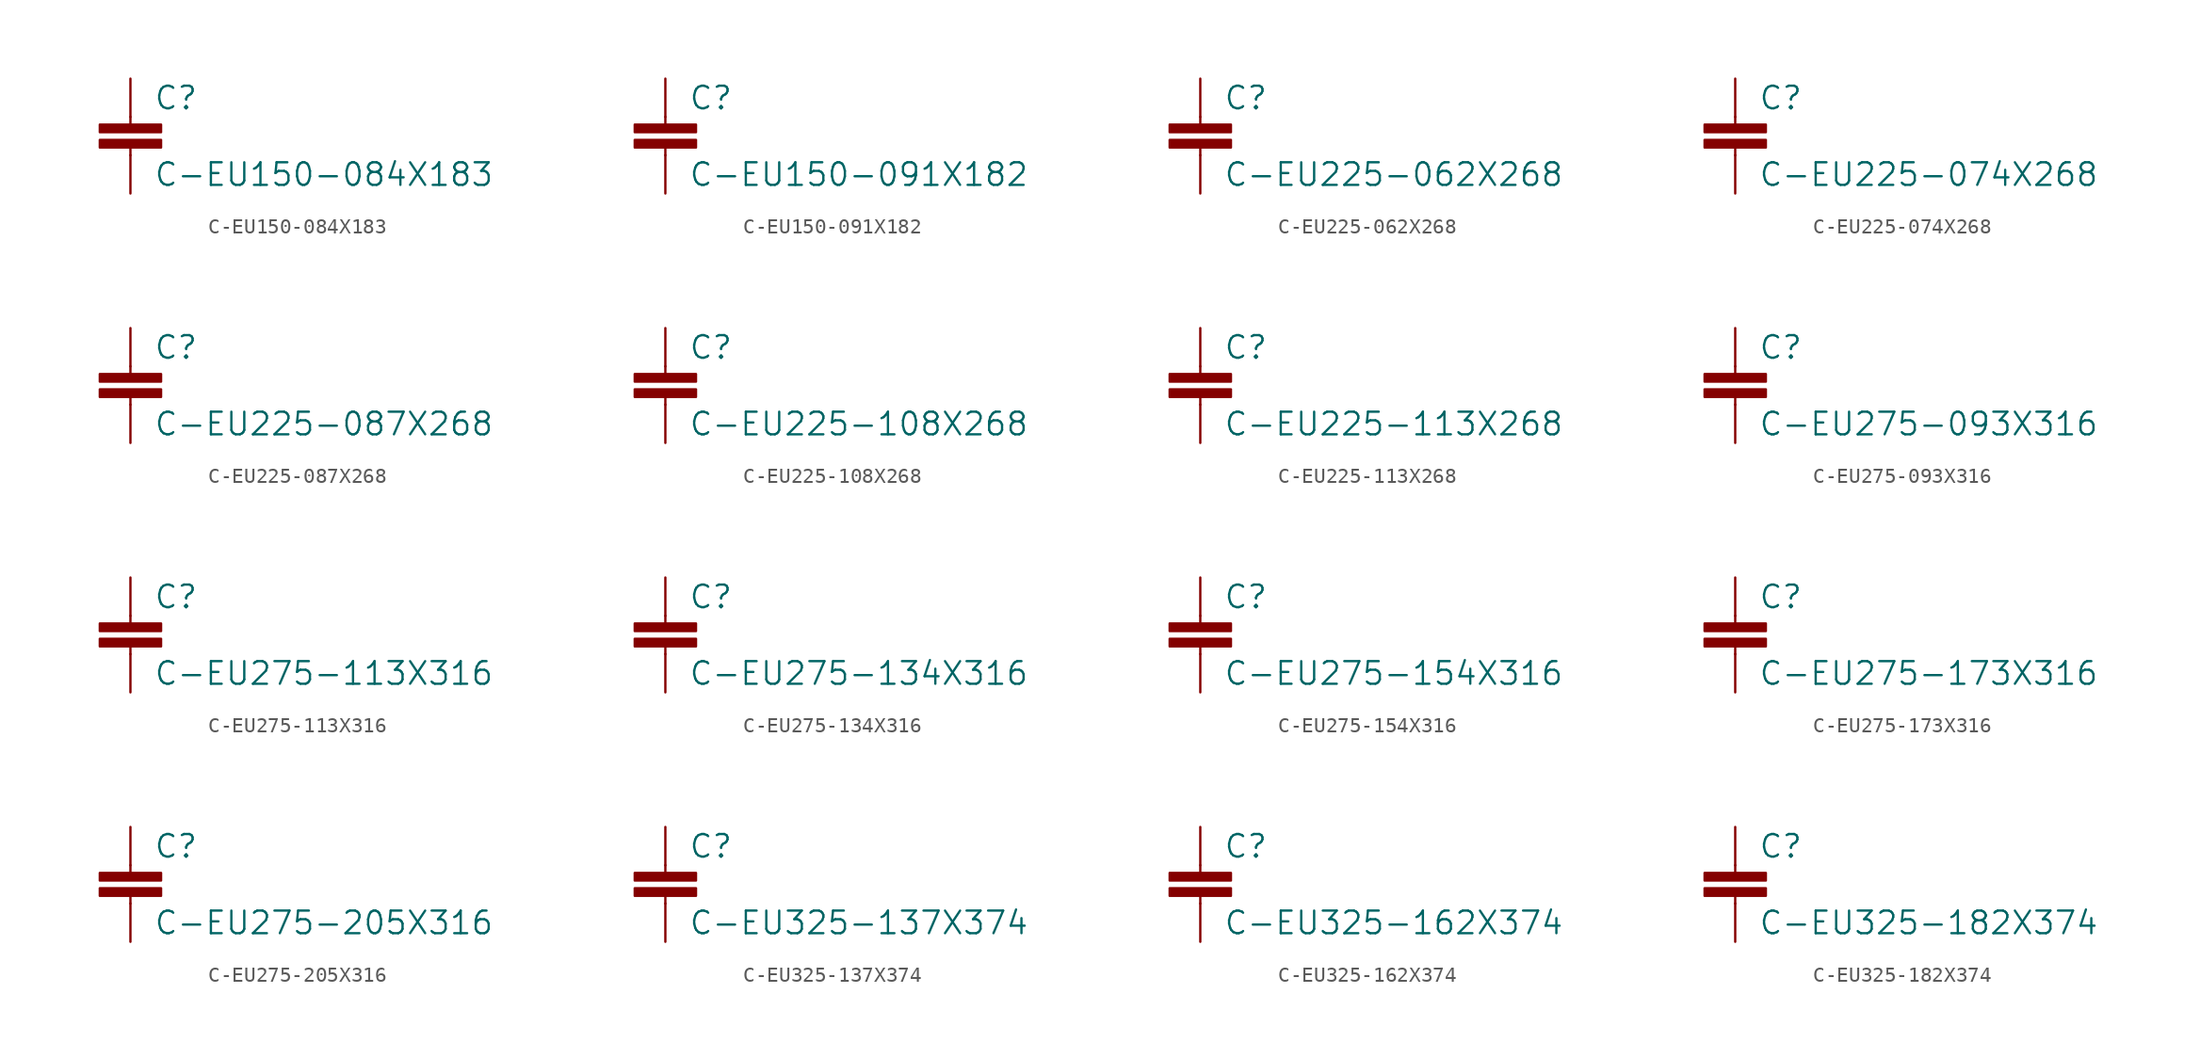
<source format=kicad_sym>
(kicad_symbol_lib
  (version 20211014)
  (generator kicad_symbol_editor)
  (symbol "C-EU150-084X183"
    (pin_names
      (offset 1.016))
    (property "Reference" "C"
      (at 1.524 0.381 0)
      (effects (font (size 1.499 1.499)) (justify left bottom)))
    (property "Value" "C-EU150-084X183"
      (at 1.524 -4.699 0)
      (effects (font (size 1.499 1.499)) (justify left bottom)))
    (property "ki_locked" ""
      (at 0 0 0)
      (effects (font (size 1.27 1.27))))
    (symbol "C-EU150-084X183_1_0"
      (rectangle (start -2.032 -2.032) (end 2.032 -1.524) (stroke (width 0) (type default) (color 0 0 0 0)) (fill (type outline)))
      (rectangle (start -2.032 -1.016) (end 2.032 -0.508) (stroke (width 0) (type default) (color 0 0 0 0)) (fill (type outline)))
      (polyline (pts (xy 0 -2.54) (xy 0 -2.032)) (stroke (width 0) (type default) (color 0 0 0 0)) (fill (type none)))
      (polyline (pts (xy 0 0) (xy 0 -0.508)) (stroke (width 0) (type default) (color 0 0 0 0)) (fill (type none)))
      (pin passive line (at 0 2.54 270) (length 2.54) (name "1" (effects (font (size 0 0)))) (number "1" (effects (font (size 0 0)))))
      (pin passive line (at 0 -5.08 90) (length 2.54) (name "2" (effects (font (size 0 0)))) (number "2" (effects (font (size 0 0)))))))
  (symbol "C-EU150-091X182"
    (pin_names
      (offset 1.016))
    (property "Reference" "C"
      (at 1.524 0.381 0)
      (effects (font (size 1.499 1.499)) (justify left bottom)))
    (property "Value" "C-EU150-091X182"
      (at 1.524 -4.699 0)
      (effects (font (size 1.499 1.499)) (justify left bottom)))
    (property "ki_locked" ""
      (at 0 0 0)
      (effects (font (size 1.27 1.27))))
    (symbol "C-EU150-091X182_1_0"
      (rectangle (start -2.032 -2.032) (end 2.032 -1.524) (stroke (width 0) (type default) (color 0 0 0 0)) (fill (type outline)))
      (rectangle (start -2.032 -1.016) (end 2.032 -0.508) (stroke (width 0) (type default) (color 0 0 0 0)) (fill (type outline)))
      (polyline (pts (xy 0 -2.54) (xy 0 -2.032)) (stroke (width 0) (type default) (color 0 0 0 0)) (fill (type none)))
      (polyline (pts (xy 0 0) (xy 0 -0.508)) (stroke (width 0) (type default) (color 0 0 0 0)) (fill (type none)))
      (pin passive line (at 0 2.54 270) (length 2.54) (name "1" (effects (font (size 0 0)))) (number "1" (effects (font (size 0 0)))))
      (pin passive line (at 0 -5.08 90) (length 2.54) (name "2" (effects (font (size 0 0)))) (number "2" (effects (font (size 0 0)))))))
  (symbol "C-EU225-062X268"
    (pin_names
      (offset 1.016))
    (property "Reference" "C"
      (at 1.524 0.381 0)
      (effects (font (size 1.499 1.499)) (justify left bottom)))
    (property "Value" "C-EU225-062X268"
      (at 1.524 -4.699 0)
      (effects (font (size 1.499 1.499)) (justify left bottom)))
    (property "ki_locked" ""
      (at 0 0 0)
      (effects (font (size 1.27 1.27))))
    (symbol "C-EU225-062X268_1_0"
      (rectangle (start -2.032 -2.032) (end 2.032 -1.524) (stroke (width 0) (type default) (color 0 0 0 0)) (fill (type outline)))
      (rectangle (start -2.032 -1.016) (end 2.032 -0.508) (stroke (width 0) (type default) (color 0 0 0 0)) (fill (type outline)))
      (polyline (pts (xy 0 -2.54) (xy 0 -2.032)) (stroke (width 0) (type default) (color 0 0 0 0)) (fill (type none)))
      (polyline (pts (xy 0 0) (xy 0 -0.508)) (stroke (width 0) (type default) (color 0 0 0 0)) (fill (type none)))
      (pin passive line (at 0 2.54 270) (length 2.54) (name "1" (effects (font (size 0 0)))) (number "1" (effects (font (size 0 0)))))
      (pin passive line (at 0 -5.08 90) (length 2.54) (name "2" (effects (font (size 0 0)))) (number "2" (effects (font (size 0 0)))))))
  (symbol "C-EU225-074X268"
    (pin_names
      (offset 1.016))
    (property "Reference" "C"
      (at 1.524 0.381 0)
      (effects (font (size 1.499 1.499)) (justify left bottom)))
    (property "Value" "C-EU225-074X268"
      (at 1.524 -4.699 0)
      (effects (font (size 1.499 1.499)) (justify left bottom)))
    (property "ki_locked" ""
      (at 0 0 0)
      (effects (font (size 1.27 1.27))))
    (symbol "C-EU225-074X268_1_0"
      (rectangle (start -2.032 -2.032) (end 2.032 -1.524) (stroke (width 0) (type default) (color 0 0 0 0)) (fill (type outline)))
      (rectangle (start -2.032 -1.016) (end 2.032 -0.508) (stroke (width 0) (type default) (color 0 0 0 0)) (fill (type outline)))
      (polyline (pts (xy 0 -2.54) (xy 0 -2.032)) (stroke (width 0) (type default) (color 0 0 0 0)) (fill (type none)))
      (polyline (pts (xy 0 0) (xy 0 -0.508)) (stroke (width 0) (type default) (color 0 0 0 0)) (fill (type none)))
      (pin passive line (at 0 2.54 270) (length 2.54) (name "1" (effects (font (size 0 0)))) (number "1" (effects (font (size 0 0)))))
      (pin passive line (at 0 -5.08 90) (length 2.54) (name "2" (effects (font (size 0 0)))) (number "2" (effects (font (size 0 0)))))))
  (symbol "C-EU225-087X268"
    (pin_names
      (offset 1.016))
    (property "Reference" "C"
      (at 1.524 0.381 0)
      (effects (font (size 1.499 1.499)) (justify left bottom)))
    (property "Value" "C-EU225-087X268"
      (at 1.524 -4.699 0)
      (effects (font (size 1.499 1.499)) (justify left bottom)))
    (property "ki_locked" ""
      (at 0 0 0)
      (effects (font (size 1.27 1.27))))
    (symbol "C-EU225-087X268_1_0"
      (rectangle (start -2.032 -2.032) (end 2.032 -1.524) (stroke (width 0) (type default) (color 0 0 0 0)) (fill (type outline)))
      (rectangle (start -2.032 -1.016) (end 2.032 -0.508) (stroke (width 0) (type default) (color 0 0 0 0)) (fill (type outline)))
      (polyline (pts (xy 0 -2.54) (xy 0 -2.032)) (stroke (width 0) (type default) (color 0 0 0 0)) (fill (type none)))
      (polyline (pts (xy 0 0) (xy 0 -0.508)) (stroke (width 0) (type default) (color 0 0 0 0)) (fill (type none)))
      (pin passive line (at 0 2.54 270) (length 2.54) (name "1" (effects (font (size 0 0)))) (number "1" (effects (font (size 0 0)))))
      (pin passive line (at 0 -5.08 90) (length 2.54) (name "2" (effects (font (size 0 0)))) (number "2" (effects (font (size 0 0)))))))
  (symbol "C-EU225-108X268"
    (pin_names
      (offset 1.016))
    (property "Reference" "C"
      (at 1.524 0.381 0)
      (effects (font (size 1.499 1.499)) (justify left bottom)))
    (property "Value" "C-EU225-108X268"
      (at 1.524 -4.699 0)
      (effects (font (size 1.499 1.499)) (justify left bottom)))
    (property "ki_locked" ""
      (at 0 0 0)
      (effects (font (size 1.27 1.27))))
    (symbol "C-EU225-108X268_1_0"
      (rectangle (start -2.032 -2.032) (end 2.032 -1.524) (stroke (width 0) (type default) (color 0 0 0 0)) (fill (type outline)))
      (rectangle (start -2.032 -1.016) (end 2.032 -0.508) (stroke (width 0) (type default) (color 0 0 0 0)) (fill (type outline)))
      (polyline (pts (xy 0 -2.54) (xy 0 -2.032)) (stroke (width 0) (type default) (color 0 0 0 0)) (fill (type none)))
      (polyline (pts (xy 0 0) (xy 0 -0.508)) (stroke (width 0) (type default) (color 0 0 0 0)) (fill (type none)))
      (pin passive line (at 0 2.54 270) (length 2.54) (name "1" (effects (font (size 0 0)))) (number "1" (effects (font (size 0 0)))))
      (pin passive line (at 0 -5.08 90) (length 2.54) (name "2" (effects (font (size 0 0)))) (number "2" (effects (font (size 0 0)))))))
  (symbol "C-EU225-113X268"
    (pin_names
      (offset 1.016))
    (property "Reference" "C"
      (at 1.524 0.381 0)
      (effects (font (size 1.499 1.499)) (justify left bottom)))
    (property "Value" "C-EU225-113X268"
      (at 1.524 -4.699 0)
      (effects (font (size 1.499 1.499)) (justify left bottom)))
    (property "ki_locked" ""
      (at 0 0 0)
      (effects (font (size 1.27 1.27))))
    (symbol "C-EU225-113X268_1_0"
      (rectangle (start -2.032 -2.032) (end 2.032 -1.524) (stroke (width 0) (type default) (color 0 0 0 0)) (fill (type outline)))
      (rectangle (start -2.032 -1.016) (end 2.032 -0.508) (stroke (width 0) (type default) (color 0 0 0 0)) (fill (type outline)))
      (polyline (pts (xy 0 -2.54) (xy 0 -2.032)) (stroke (width 0) (type default) (color 0 0 0 0)) (fill (type none)))
      (polyline (pts (xy 0 0) (xy 0 -0.508)) (stroke (width 0) (type default) (color 0 0 0 0)) (fill (type none)))
      (pin passive line (at 0 2.54 270) (length 2.54) (name "1" (effects (font (size 0 0)))) (number "1" (effects (font (size 0 0)))))
      (pin passive line (at 0 -5.08 90) (length 2.54) (name "2" (effects (font (size 0 0)))) (number "2" (effects (font (size 0 0)))))))
  (symbol "C-EU275-093X316"
    (pin_names
      (offset 1.016))
    (property "Reference" "C"
      (at 1.524 0.381 0)
      (effects (font (size 1.499 1.499)) (justify left bottom)))
    (property "Value" "C-EU275-093X316"
      (at 1.524 -4.699 0)
      (effects (font (size 1.499 1.499)) (justify left bottom)))
    (property "ki_locked" ""
      (at 0 0 0)
      (effects (font (size 1.27 1.27))))
    (symbol "C-EU275-093X316_1_0"
      (rectangle (start -2.032 -2.032) (end 2.032 -1.524) (stroke (width 0) (type default) (color 0 0 0 0)) (fill (type outline)))
      (rectangle (start -2.032 -1.016) (end 2.032 -0.508) (stroke (width 0) (type default) (color 0 0 0 0)) (fill (type outline)))
      (polyline (pts (xy 0 -2.54) (xy 0 -2.032)) (stroke (width 0) (type default) (color 0 0 0 0)) (fill (type none)))
      (polyline (pts (xy 0 0) (xy 0 -0.508)) (stroke (width 0) (type default) (color 0 0 0 0)) (fill (type none)))
      (pin passive line (at 0 2.54 270) (length 2.54) (name "1" (effects (font (size 0 0)))) (number "1" (effects (font (size 0 0)))))
      (pin passive line (at 0 -5.08 90) (length 2.54) (name "2" (effects (font (size 0 0)))) (number "2" (effects (font (size 0 0)))))))
  (symbol "C-EU275-113X316"
    (pin_names
      (offset 1.016))
    (property "Reference" "C"
      (at 1.524 0.381 0)
      (effects (font (size 1.499 1.499)) (justify left bottom)))
    (property "Value" "C-EU275-113X316"
      (at 1.524 -4.699 0)
      (effects (font (size 1.499 1.499)) (justify left bottom)))
    (property "ki_locked" ""
      (at 0 0 0)
      (effects (font (size 1.27 1.27))))
    (symbol "C-EU275-113X316_1_0"
      (rectangle (start -2.032 -2.032) (end 2.032 -1.524) (stroke (width 0) (type default) (color 0 0 0 0)) (fill (type outline)))
      (rectangle (start -2.032 -1.016) (end 2.032 -0.508) (stroke (width 0) (type default) (color 0 0 0 0)) (fill (type outline)))
      (polyline (pts (xy 0 -2.54) (xy 0 -2.032)) (stroke (width 0) (type default) (color 0 0 0 0)) (fill (type none)))
      (polyline (pts (xy 0 0) (xy 0 -0.508)) (stroke (width 0) (type default) (color 0 0 0 0)) (fill (type none)))
      (pin passive line (at 0 2.54 270) (length 2.54) (name "1" (effects (font (size 0 0)))) (number "1" (effects (font (size 0 0)))))
      (pin passive line (at 0 -5.08 90) (length 2.54) (name "2" (effects (font (size 0 0)))) (number "2" (effects (font (size 0 0)))))))
  (symbol "C-EU275-134X316"
    (pin_names
      (offset 1.016))
    (property "Reference" "C"
      (at 1.524 0.381 0)
      (effects (font (size 1.499 1.499)) (justify left bottom)))
    (property "Value" "C-EU275-134X316"
      (at 1.524 -4.699 0)
      (effects (font (size 1.499 1.499)) (justify left bottom)))
    (property "ki_locked" ""
      (at 0 0 0)
      (effects (font (size 1.27 1.27))))
    (symbol "C-EU275-134X316_1_0"
      (rectangle (start -2.032 -2.032) (end 2.032 -1.524) (stroke (width 0) (type default) (color 0 0 0 0)) (fill (type outline)))
      (rectangle (start -2.032 -1.016) (end 2.032 -0.508) (stroke (width 0) (type default) (color 0 0 0 0)) (fill (type outline)))
      (polyline (pts (xy 0 -2.54) (xy 0 -2.032)) (stroke (width 0) (type default) (color 0 0 0 0)) (fill (type none)))
      (polyline (pts (xy 0 0) (xy 0 -0.508)) (stroke (width 0) (type default) (color 0 0 0 0)) (fill (type none)))
      (pin passive line (at 0 2.54 270) (length 2.54) (name "1" (effects (font (size 0 0)))) (number "1" (effects (font (size 0 0)))))
      (pin passive line (at 0 -5.08 90) (length 2.54) (name "2" (effects (font (size 0 0)))) (number "2" (effects (font (size 0 0)))))))
  (symbol "C-EU275-154X316"
    (pin_names
      (offset 1.016))
    (property "Reference" "C"
      (at 1.524 0.381 0)
      (effects (font (size 1.499 1.499)) (justify left bottom)))
    (property "Value" "C-EU275-154X316"
      (at 1.524 -4.699 0)
      (effects (font (size 1.499 1.499)) (justify left bottom)))
    (property "ki_locked" ""
      (at 0 0 0)
      (effects (font (size 1.27 1.27))))
    (symbol "C-EU275-154X316_1_0"
      (rectangle (start -2.032 -2.032) (end 2.032 -1.524) (stroke (width 0) (type default) (color 0 0 0 0)) (fill (type outline)))
      (rectangle (start -2.032 -1.016) (end 2.032 -0.508) (stroke (width 0) (type default) (color 0 0 0 0)) (fill (type outline)))
      (polyline (pts (xy 0 -2.54) (xy 0 -2.032)) (stroke (width 0) (type default) (color 0 0 0 0)) (fill (type none)))
      (polyline (pts (xy 0 0) (xy 0 -0.508)) (stroke (width 0) (type default) (color 0 0 0 0)) (fill (type none)))
      (pin passive line (at 0 2.54 270) (length 2.54) (name "1" (effects (font (size 0 0)))) (number "1" (effects (font (size 0 0)))))
      (pin passive line (at 0 -5.08 90) (length 2.54) (name "2" (effects (font (size 0 0)))) (number "2" (effects (font (size 0 0)))))))
  (symbol "C-EU275-173X316"
    (pin_names
      (offset 1.016))
    (property "Reference" "C"
      (at 1.524 0.381 0)
      (effects (font (size 1.499 1.499)) (justify left bottom)))
    (property "Value" "C-EU275-173X316"
      (at 1.524 -4.699 0)
      (effects (font (size 1.499 1.499)) (justify left bottom)))
    (property "ki_locked" ""
      (at 0 0 0)
      (effects (font (size 1.27 1.27))))
    (symbol "C-EU275-173X316_1_0"
      (rectangle (start -2.032 -2.032) (end 2.032 -1.524) (stroke (width 0) (type default) (color 0 0 0 0)) (fill (type outline)))
      (rectangle (start -2.032 -1.016) (end 2.032 -0.508) (stroke (width 0) (type default) (color 0 0 0 0)) (fill (type outline)))
      (polyline (pts (xy 0 -2.54) (xy 0 -2.032)) (stroke (width 0) (type default) (color 0 0 0 0)) (fill (type none)))
      (polyline (pts (xy 0 0) (xy 0 -0.508)) (stroke (width 0) (type default) (color 0 0 0 0)) (fill (type none)))
      (pin passive line (at 0 2.54 270) (length 2.54) (name "1" (effects (font (size 0 0)))) (number "1" (effects (font (size 0 0)))))
      (pin passive line (at 0 -5.08 90) (length 2.54) (name "2" (effects (font (size 0 0)))) (number "2" (effects (font (size 0 0)))))))
  (symbol "C-EU275-205X316"
    (pin_names
      (offset 1.016))
    (property "Reference" "C"
      (at 1.524 0.381 0)
      (effects (font (size 1.499 1.499)) (justify left bottom)))
    (property "Value" "C-EU275-205X316"
      (at 1.524 -4.699 0)
      (effects (font (size 1.499 1.499)) (justify left bottom)))
    (property "ki_locked" ""
      (at 0 0 0)
      (effects (font (size 1.27 1.27))))
    (symbol "C-EU275-205X316_1_0"
      (rectangle (start -2.032 -2.032) (end 2.032 -1.524) (stroke (width 0) (type default) (color 0 0 0 0)) (fill (type outline)))
      (rectangle (start -2.032 -1.016) (end 2.032 -0.508) (stroke (width 0) (type default) (color 0 0 0 0)) (fill (type outline)))
      (polyline (pts (xy 0 -2.54) (xy 0 -2.032)) (stroke (width 0) (type default) (color 0 0 0 0)) (fill (type none)))
      (polyline (pts (xy 0 0) (xy 0 -0.508)) (stroke (width 0) (type default) (color 0 0 0 0)) (fill (type none)))
      (pin passive line (at 0 2.54 270) (length 2.54) (name "1" (effects (font (size 0 0)))) (number "1" (effects (font (size 0 0)))))
      (pin passive line (at 0 -5.08 90) (length 2.54) (name "2" (effects (font (size 0 0)))) (number "2" (effects (font (size 0 0)))))))
  (symbol "C-EU325-137X374"
    (pin_names
      (offset 1.016))
    (property "Reference" "C"
      (at 1.524 0.381 0)
      (effects (font (size 1.499 1.499)) (justify left bottom)))
    (property "Value" "C-EU325-137X374"
      (at 1.524 -4.699 0)
      (effects (font (size 1.499 1.499)) (justify left bottom)))
    (property "ki_locked" ""
      (at 0 0 0)
      (effects (font (size 1.27 1.27))))
    (symbol "C-EU325-137X374_1_0"
      (rectangle (start -2.032 -2.032) (end 2.032 -1.524) (stroke (width 0) (type default) (color 0 0 0 0)) (fill (type outline)))
      (rectangle (start -2.032 -1.016) (end 2.032 -0.508) (stroke (width 0) (type default) (color 0 0 0 0)) (fill (type outline)))
      (polyline (pts (xy 0 -2.54) (xy 0 -2.032)) (stroke (width 0) (type default) (color 0 0 0 0)) (fill (type none)))
      (polyline (pts (xy 0 0) (xy 0 -0.508)) (stroke (width 0) (type default) (color 0 0 0 0)) (fill (type none)))
      (pin passive line (at 0 2.54 270) (length 2.54) (name "1" (effects (font (size 0 0)))) (number "1" (effects (font (size 0 0)))))
      (pin passive line (at 0 -5.08 90) (length 2.54) (name "2" (effects (font (size 0 0)))) (number "2" (effects (font (size 0 0)))))))
  (symbol "C-EU325-162X374"
    (pin_names
      (offset 1.016))
    (property "Reference" "C"
      (at 1.524 0.381 0)
      (effects (font (size 1.499 1.499)) (justify left bottom)))
    (property "Value" "C-EU325-162X374"
      (at 1.524 -4.699 0)
      (effects (font (size 1.499 1.499)) (justify left bottom)))
    (property "ki_locked" ""
      (at 0 0 0)
      (effects (font (size 1.27 1.27))))
    (symbol "C-EU325-162X374_1_0"
      (rectangle (start -2.032 -2.032) (end 2.032 -1.524) (stroke (width 0) (type default) (color 0 0 0 0)) (fill (type outline)))
      (rectangle (start -2.032 -1.016) (end 2.032 -0.508) (stroke (width 0) (type default) (color 0 0 0 0)) (fill (type outline)))
      (polyline (pts (xy 0 -2.54) (xy 0 -2.032)) (stroke (width 0) (type default) (color 0 0 0 0)) (fill (type none)))
      (polyline (pts (xy 0 0) (xy 0 -0.508)) (stroke (width 0) (type default) (color 0 0 0 0)) (fill (type none)))
      (pin passive line (at 0 2.54 270) (length 2.54) (name "1" (effects (font (size 0 0)))) (number "1" (effects (font (size 0 0)))))
      (pin passive line (at 0 -5.08 90) (length 2.54) (name "2" (effects (font (size 0 0)))) (number "2" (effects (font (size 0 0)))))))
  (symbol "C-EU325-182X374"
    (pin_names
      (offset 1.016))
    (property "Reference" "C"
      (at 1.524 0.381 0)
      (effects (font (size 1.499 1.499)) (justify left bottom)))
    (property "Value" "C-EU325-182X374"
      (at 1.524 -4.699 0)
      (effects (font (size 1.499 1.499)) (justify left bottom)))
    (property "ki_locked" ""
      (at 0 0 0)
      (effects (font (size 1.27 1.27))))
    (symbol "C-EU325-182X374_1_0"
      (rectangle (start -2.032 -2.032) (end 2.032 -1.524) (stroke (width 0) (type default) (color 0 0 0 0)) (fill (type outline)))
      (rectangle (start -2.032 -1.016) (end 2.032 -0.508) (stroke (width 0) (type default) (color 0 0 0 0)) (fill (type outline)))
      (polyline (pts (xy 0 -2.54) (xy 0 -2.032)) (stroke (width 0) (type default) (color 0 0 0 0)) (fill (type none)))
      (polyline (pts (xy 0 0) (xy 0 -0.508)) (stroke (width 0) (type default) (color 0 0 0 0)) (fill (type none)))
      (pin passive line (at 0 2.54 270) (length 2.54) (name "1" (effects (font (size 0 0)))) (number "1" (effects (font (size 0 0)))))
      (pin passive line (at 0 -5.08 90) (length 2.54) (name "2" (effects (font (size 0 0)))) (number "2" (effects (font (size 0 0))))))))
</source>
